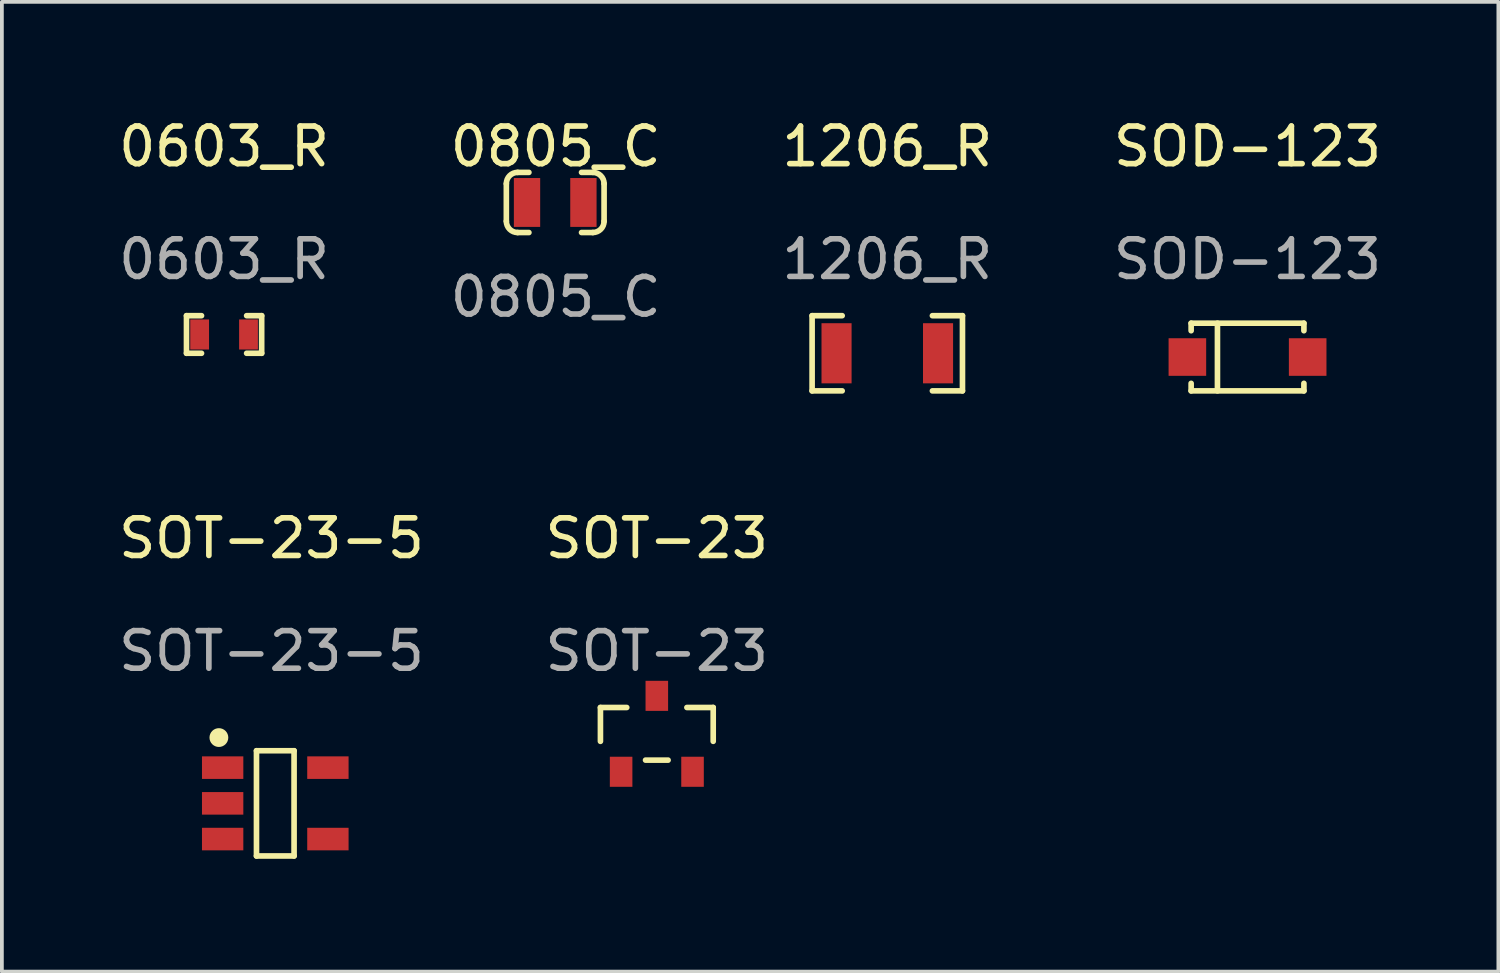
<source format=kicad_pcb>
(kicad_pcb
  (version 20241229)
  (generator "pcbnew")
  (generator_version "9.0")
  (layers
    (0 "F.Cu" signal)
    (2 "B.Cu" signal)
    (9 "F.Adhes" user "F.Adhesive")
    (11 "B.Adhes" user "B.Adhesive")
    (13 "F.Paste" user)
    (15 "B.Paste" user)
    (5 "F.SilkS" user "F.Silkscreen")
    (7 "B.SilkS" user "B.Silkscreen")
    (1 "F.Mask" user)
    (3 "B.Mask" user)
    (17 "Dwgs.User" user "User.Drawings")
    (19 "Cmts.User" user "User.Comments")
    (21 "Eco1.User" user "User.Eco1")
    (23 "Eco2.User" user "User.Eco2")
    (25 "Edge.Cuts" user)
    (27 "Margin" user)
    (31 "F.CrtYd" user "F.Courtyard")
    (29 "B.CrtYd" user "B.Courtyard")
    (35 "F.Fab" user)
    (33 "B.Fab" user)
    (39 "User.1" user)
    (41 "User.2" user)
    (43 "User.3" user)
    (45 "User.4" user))
  (footprint "SOD-123"
    (layer "F.Cu")
    (at 30.137 1.348)
    (property "Reference" "SOD-123" (at 0 -0.5 0) (unlocked yes) (layer "F.SilkS") (effects (font (size 1 1) (thickness 0.15))))
    (attr smd)
    (fp_line (start -1.5 4.2) (end 1.5 4.2) (stroke (width 0.15) (type solid)) (layer "F.SilkS"))
    (fp_line (start -1.5 4.4) (end -1.5 4.2) (stroke (width 0.15) (type solid)) (layer "F.SilkS"))
    (fp_line (start -1.5 6) (end -1.5 5.8) (stroke (width 0.15) (type solid)) (layer "F.SilkS"))
    (fp_line (start -1.5 6) (end 1.5 6) (stroke (width 0.15) (type solid)) (layer "F.SilkS"))
    (fp_line (start -0.8 6) (end -0.8 4.2) (stroke (width 0.15) (type solid)) (layer "F.SilkS"))
    (fp_line (start 1.5 4.4) (end 1.5 4.2) (stroke (width 0.15) (type solid)) (layer "F.SilkS"))
    (fp_line (start 1.5 6) (end 1.5 5.8) (stroke (width 0.15) (type solid)) (layer "F.SilkS"))
    (fp_line (start -2.3 5.4) (end -2.3 4.8) (stroke (width 0.1) (type solid)) (layer "Eco1.User"))
    (fp_line (start 2.3 5.1) (end 2.9 5.1) (stroke (width 0.1) (type solid)) (layer "Eco1.User"))
    (fp_line (start 2.6 5.4) (end 2.6 4.8) (stroke (width 0.1) (type solid)) (layer "Eco1.User"))
    (fp_line (start -1.35 4.275) (end 1.35 4.275) (stroke (width 0.1) (type solid)) (layer "User.1"))
    (fp_line (start -1.35 5.925) (end -1.35 4.275) (stroke (width 0.1) (type solid)) (layer "User.1"))
    (fp_line (start -1.35 5.925) (end 1.35 5.925) (stroke (width 0.1) (type solid)) (layer "User.1"))
    (fp_line (start 1.35 5.925) (end 1.35 4.275) (stroke (width 0.1) (type solid)) (layer "User.1"))
    (fp_text user "${REFERENCE}" (at 0 2.5 0) (unlocked yes) (layer "F.Fab") (effects (font (size 1 1) (thickness 0.15))))
    (pad "1" smd rect (at 1.6 5.1 180) (size 1 1) (layers "F.Cu" "F.Mask" "F.Paste"))
    (pad "2" smd rect (at -1.6 5.1 180) (size 1 1) (layers "F.Cu" "F.Mask" "F.Paste")))
  (footprint "SOT-23"
    (layer "F.Cu")
    (at 14.423 11.771)
    (property "Reference" "SOT-23" (at 0 -0.5 0) (unlocked yes) (layer "F.SilkS") (effects (font (size 1 1) (thickness 0.15))))
    (attr smd)
    (fp_line (start -1.5 4) (end -0.8 4) (stroke (width 0.15) (type solid)) (layer "F.SilkS"))
    (fp_line (start -1.5 4.9) (end -1.5 4) (stroke (width 0.15) (type solid)) (layer "F.SilkS"))
    (fp_line (start -0.3 5.4) (end 0.3 5.4) (stroke (width 0.15) (type solid)) (layer "F.SilkS"))
    (fp_line (start 0.8 4) (end 1.5 4) (stroke (width 0.15) (type solid)) (layer "F.SilkS"))
    (fp_line (start 1.5 4.9) (end 1.5 4) (stroke (width 0.15) (type solid)) (layer "F.SilkS"))
    (fp_text user "${REFERENCE}" (at 0 2.5 0) (unlocked yes) (layer "F.Fab") (effects (font (size 1 1) (thickness 0.15))))
    (pad "1" smd rect (at -0.95 5.71 180) (size 0.6 0.8) (layers "F.Cu" "F.Mask" "F.Paste"))
    (pad "2" smd rect (at 0.95 5.71 180) (size 0.6 0.8) (layers "F.Cu" "F.Mask" "F.Paste"))
    (pad "3" smd rect (at 0.000004 3.69 180) (size 0.6 0.8) (layers "F.Cu" "F.Mask" "F.Paste")))
  (footprint "1206_R"
    (layer "F.Cu")
    (at 20.554 1.348)
    (property "Reference" "1206_R" (at 0 -0.5 0) (unlocked yes) (layer "F.SilkS") (effects (font (size 1 1) (thickness 0.15))))
    (attr smd)
    (fp_line (start -2 4) (end -1.2 4) (stroke (width 0.15) (type solid)) (layer "F.SilkS"))
    (fp_line (start -2 6) (end -2 4) (stroke (width 0.15) (type solid)) (layer "F.SilkS"))
    (fp_line (start -2 6) (end -1.2 6) (stroke (width 0.15) (type solid)) (layer "F.SilkS"))
    (fp_line (start 1.2 4) (end 2 4) (stroke (width 0.15) (type solid)) (layer "F.SilkS"))
    (fp_line (start 1.2 6) (end 2 6) (stroke (width 0.15) (type solid)) (layer "F.SilkS"))
    (fp_line (start 2 6) (end 2 4) (stroke (width 0.15) (type solid)) (layer "F.SilkS"))
    (fp_text user "${REFERENCE}" (at 0 2.5 0) (unlocked yes) (layer "F.Fab") (effects (font (size 1 1) (thickness 0.15))))
    (pad "1" smd rect (at -1.35 5) (size 0.8 1.6) (layers "F.Cu" "F.Mask" "F.Paste"))
    (pad "2" smd rect (at 1.35 5) (size 0.8 1.6) (layers "F.Cu" "F.Mask" "F.Paste")))
  (footprint "0805_C"
    (layer "F.Cu")
    (at 11.732 2.348)
    (property "Reference" "0805_C" (at 0 -1.5 0) (unlocked yes) (layer "F.SilkS") (effects (font (size 1 1) (thickness 0.15))))
    (attr smd)
    (fp_line (start -1.312 0.488) (end -1.312 -0.512) (stroke (width 0.15) (type solid)) (layer "F.SilkS"))
    (fp_line (start -1.012 -0.812) (end -0.712 -0.812) (stroke (width 0.15) (type solid)) (layer "F.SilkS"))
    (fp_line (start -1.012 0.788) (end -0.712 0.788) (stroke (width 0.15) (type solid)) (layer "F.SilkS"))
    (fp_line (start 0.688 -0.812) (end 0.988 -0.812) (stroke (width 0.15) (type solid)) (layer "F.SilkS"))
    (fp_line (start 0.688 0.788) (end 0.988 0.788) (stroke (width 0.15) (type solid)) (layer "F.SilkS"))
    (fp_line (start 1.288 0.488) (end 1.288 -0.512) (stroke (width 0.15) (type solid)) (layer "F.SilkS"))
    (fp_arc (start -1.312132 -0.512132) (mid -1.224264 -0.724264) (end -1.012132 -0.812132) (stroke (width 0.15) (type solid)) (layer "F.SilkS"))
    (fp_arc (start -1.012132 0.787868) (mid -1.224264 0.7) (end -1.312132 0.487868) (stroke (width 0.15) (type solid)) (layer "F.SilkS"))
    (fp_arc (start 0.987868 -0.812132) (mid 1.2 -0.724264) (end 1.287868 -0.512132) (stroke (width 0.15) (type solid)) (layer "F.SilkS"))
    (fp_arc (start 1.287868 0.487868) (mid 1.2 0.7) (end 0.987868 0.787868) (stroke (width 0.15) (type solid)) (layer "F.SilkS"))
    (fp_text user "${REFERENCE}" (at 0 2.5 0) (unlocked yes) (layer "F.Fab") (effects (font (size 1 1) (thickness 0.15))))
    (pad "1" smd rect (at -0.762 -0.012) (size 0.7 1.3) (layers "F.Cu" "F.Mask" "F.Paste"))
    (pad "2" smd rect (at 0.738 -0.012) (size 0.7 1.3) (layers "F.Cu" "F.Mask" "F.Paste")))
  (footprint "SOT-23-5"
    (layer "F.Cu")
    (at 4.173 11.771)
    (property "Reference" "SOT-23-5" (at 0 -0.5 0) (unlocked yes) (layer "F.SilkS") (effects (font (size 1 1) (thickness 0.15))))
    (attr smd)
    (fp_line (start -0.4 5.15) (end 0.6 5.15) (stroke (width 0.15) (type solid)) (layer "F.SilkS"))
    (fp_line (start -0.4 7.95) (end -0.4 5.15) (stroke (width 0.15) (type solid)) (layer "F.SilkS"))
    (fp_line (start -0.4 7.95) (end 0.6 7.95) (stroke (width 0.15) (type solid)) (layer "F.SilkS"))
    (fp_line (start 0.6 7.95) (end 0.6 5.15) (stroke (width 0.15) (type solid)) (layer "F.SilkS"))
    (fp_circle (center -1.4 4.8) (end -1.4 4.675) (stroke (width 0.25) (type solid)) (fill no) (layer "F.SilkS"))
    (fp_text user "${REFERENCE}" (at 0 2.5 0) (unlocked yes) (layer "F.Fab") (effects (font (size 1 1) (thickness 0.15))))
    (pad "1" smd rect (at -1.3 5.6 90) (size 0.6 1.1) (layers "F.Cu" "F.Mask" "F.Paste"))
    (pad "2" smd rect (at -1.3 6.55 90) (size 0.6 1.1) (layers "F.Cu" "F.Mask" "F.Paste"))
    (pad "3" smd rect (at -1.3 7.5 90) (size 0.6 1.1) (layers "F.Cu" "F.Mask" "F.Paste"))
    (pad "4" smd rect (at 1.5 7.5 90) (size 0.6 1.1) (layers "F.Cu" "F.Mask" "F.Paste"))
    (pad "5" smd rect (at 1.5 5.6 90) (size 0.6 1.1) (layers "F.Cu" "F.Mask" "F.Paste")))
  (footprint "0603_R"
    (layer "F.Cu")
    (at 2.911 5.848)
    (property "Reference" "0603_R" (at 0 -5 0) (unlocked yes) (layer "F.SilkS") (effects (font (size 1 1) (thickness 0.15))))
    (attr smd)
    (fp_line (start -1 0.5) (end -1 -0.5) (stroke (width 0.15) (type solid)) (layer "F.SilkS"))
    (fp_line (start -0.6 -0.5) (end -1 -0.5) (stroke (width 0.15) (type solid)) (layer "F.SilkS"))
    (fp_line (start -0.6 0.5) (end -1 0.5) (stroke (width 0.15) (type solid)) (layer "F.SilkS"))
    (fp_line (start 0.6 -0.5) (end 1 -0.5) (stroke (width 0.15) (type solid)) (layer "F.SilkS"))
    (fp_line (start 0.6 0.5) (end 1 0.5) (stroke (width 0.15) (type solid)) (layer "F.SilkS"))
    (fp_line (start 1 -0.5) (end 1 0.5) (stroke (width 0.15) (type solid)) (layer "F.SilkS"))
    (fp_text user "${REFERENCE}" (at 0 -2 0) (unlocked yes) (layer "F.Fab") (effects (font (size 1 1) (thickness 0.15))))
    (pad "1" smd rect (at -0.65 0 90) (size 0.8 0.5) (layers "F.Cu" "F.Mask" "F.Paste"))
    (pad "2" smd rect (at 0.65 0 90) (size 0.8 0.5) (layers "F.Cu" "F.Mask" "F.Paste")))
  (gr_rect
    (start -3 -3)
    (end 36.81 22.797)
    (stroke (width 0.1) (type default))
    (fill no)
    (layer "Edge.Cuts")))
</source>
